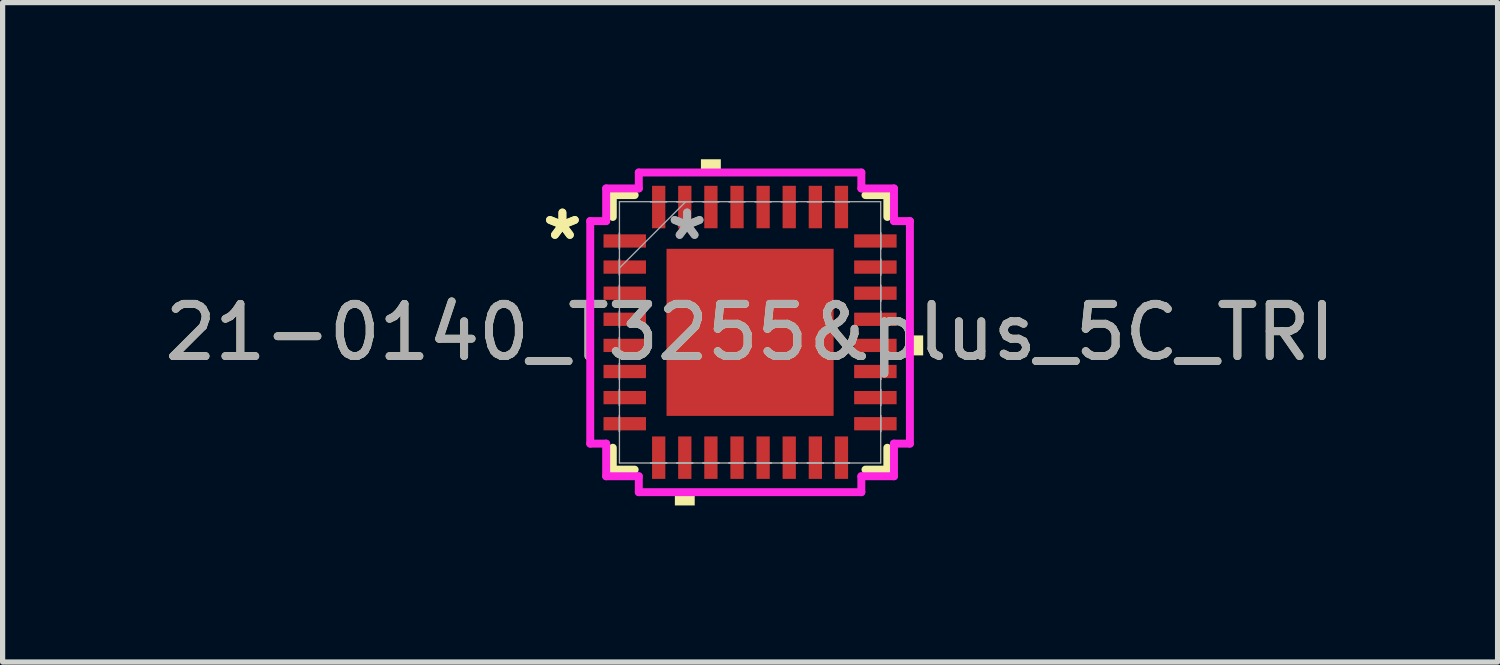
<source format=kicad_pcb>
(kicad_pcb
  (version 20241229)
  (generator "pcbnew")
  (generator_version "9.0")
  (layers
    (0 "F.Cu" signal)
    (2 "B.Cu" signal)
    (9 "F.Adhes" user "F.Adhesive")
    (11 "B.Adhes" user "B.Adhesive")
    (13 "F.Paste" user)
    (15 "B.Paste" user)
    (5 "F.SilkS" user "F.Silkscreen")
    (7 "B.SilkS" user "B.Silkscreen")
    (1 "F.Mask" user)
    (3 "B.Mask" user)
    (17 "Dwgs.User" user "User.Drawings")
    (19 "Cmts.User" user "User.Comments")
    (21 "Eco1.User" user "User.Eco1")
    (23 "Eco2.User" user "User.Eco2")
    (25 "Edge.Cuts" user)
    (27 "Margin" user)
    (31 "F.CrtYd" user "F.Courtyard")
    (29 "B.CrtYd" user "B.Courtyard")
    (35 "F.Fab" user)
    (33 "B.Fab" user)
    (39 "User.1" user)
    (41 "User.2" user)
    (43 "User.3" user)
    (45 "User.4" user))
  (footprint "21-0140_T3255&plus_5C_TRI"
    (layer "F.Cu")
    (at 11.315 3.315)
    (property "Reference" "21-0140_T3255&plus_5C_TRI" (at 0 0 0) (unlocked yes) (layer "F.SilkS") (effects (font (size 1 1) (thickness 0.15))))
    (attr smd)
    (fp_line (start -2.629 -2.629) (end -2.629 -2.21) (stroke (width 0.152) (type solid)) (layer "F.SilkS"))
    (fp_line (start -2.629 2.21) (end -2.629 2.629) (stroke (width 0.152) (type solid)) (layer "F.SilkS"))
    (fp_line (start -2.629 2.629) (end -2.21 2.629) (stroke (width 0.152) (type solid)) (layer "F.SilkS"))
    (fp_line (start -2.21 -2.629) (end -2.629 -2.629) (stroke (width 0.152) (type solid)) (layer "F.SilkS"))
    (fp_line (start 2.21 2.629) (end 2.629 2.629) (stroke (width 0.152) (type solid)) (layer "F.SilkS"))
    (fp_line (start 2.629 -2.629) (end 2.21 -2.629) (stroke (width 0.152) (type solid)) (layer "F.SilkS"))
    (fp_line (start 2.629 -2.21) (end 2.629 -2.629) (stroke (width 0.152) (type solid)) (layer "F.SilkS"))
    (fp_line (start 2.629 2.629) (end 2.629 2.21) (stroke (width 0.152) (type solid)) (layer "F.SilkS"))
    (fp_poly (pts (xy -1.44 3.061) (xy -1.44 3.315) (xy -1.06 3.315) (xy -1.06 3.061)) (stroke (width 0) (type solid)) (fill yes) (layer "F.SilkS"))
    (fp_poly (pts (xy -0.941 -3.061) (xy -0.941 -3.315) (xy -0.56 -3.315) (xy -0.56 -3.061)) (stroke (width 0) (type solid)) (fill yes) (layer "F.SilkS"))
    (fp_poly (pts (xy 3.315 0.059) (xy 3.315 0.441) (xy 3.061 0.441) (xy 3.061 0.059)) (stroke (width 0) (type solid)) (fill yes) (layer "F.SilkS"))
    (fp_line (start -3.061 -2.131) (end -2.756 -2.131) (stroke (width 0.152) (type solid)) (layer "F.CrtYd"))
    (fp_line (start -3.061 2.131) (end -3.061 -2.131) (stroke (width 0.152) (type solid)) (layer "F.CrtYd"))
    (fp_line (start -2.756 -2.756) (end -2.131 -2.756) (stroke (width 0.152) (type solid)) (layer "F.CrtYd"))
    (fp_line (start -2.756 -2.131) (end -2.756 -2.756) (stroke (width 0.152) (type solid)) (layer "F.CrtYd"))
    (fp_line (start -2.756 2.131) (end -3.061 2.131) (stroke (width 0.152) (type solid)) (layer "F.CrtYd"))
    (fp_line (start -2.756 2.756) (end -2.756 2.131) (stroke (width 0.152) (type solid)) (layer "F.CrtYd"))
    (fp_line (start -2.131 -3.061) (end 2.131 -3.061) (stroke (width 0.152) (type solid)) (layer "F.CrtYd"))
    (fp_line (start -2.131 -2.756) (end -2.131 -3.061) (stroke (width 0.152) (type solid)) (layer "F.CrtYd"))
    (fp_line (start -2.131 2.756) (end -2.756 2.756) (stroke (width 0.152) (type solid)) (layer "F.CrtYd"))
    (fp_line (start -2.131 3.061) (end -2.131 2.756) (stroke (width 0.152) (type solid)) (layer "F.CrtYd"))
    (fp_line (start 2.131 -3.061) (end 2.131 -2.756) (stroke (width 0.152) (type solid)) (layer "F.CrtYd"))
    (fp_line (start 2.131 -2.756) (end 2.756 -2.756) (stroke (width 0.152) (type solid)) (layer "F.CrtYd"))
    (fp_line (start 2.131 2.756) (end 2.131 3.061) (stroke (width 0.152) (type solid)) (layer "F.CrtYd"))
    (fp_line (start 2.131 3.061) (end -2.131 3.061) (stroke (width 0.152) (type solid)) (layer "F.CrtYd"))
    (fp_line (start 2.756 -2.756) (end 2.756 -2.131) (stroke (width 0.152) (type solid)) (layer "F.CrtYd"))
    (fp_line (start 2.756 -2.131) (end 3.061 -2.131) (stroke (width 0.152) (type solid)) (layer "F.CrtYd"))
    (fp_line (start 2.756 2.131) (end 2.756 2.756) (stroke (width 0.152) (type solid)) (layer "F.CrtYd"))
    (fp_line (start 2.756 2.756) (end 2.131 2.756) (stroke (width 0.152) (type solid)) (layer "F.CrtYd"))
    (fp_line (start 3.061 -2.131) (end 3.061 2.131) (stroke (width 0.152) (type solid)) (layer "F.CrtYd"))
    (fp_line (start 3.061 2.131) (end 2.756 2.131) (stroke (width 0.152) (type solid)) (layer "F.CrtYd"))
    (fp_line (start -2.502 -2.502) (end -2.502 2.502) (stroke (width 0.025) (type solid)) (layer "F.Fab"))
    (fp_line (start -2.502 -1.902) (end -2.502 -1.902) (stroke (width 0.025) (type solid)) (layer "F.Fab"))
    (fp_line (start -2.502 -1.902) (end -2.502 -1.598) (stroke (width 0.025) (type solid)) (layer "F.Fab"))
    (fp_line (start -2.502 -1.598) (end -2.502 -1.902) (stroke (width 0.025) (type solid)) (layer "F.Fab"))
    (fp_line (start -2.502 -1.598) (end -2.502 -1.598) (stroke (width 0.025) (type solid)) (layer "F.Fab"))
    (fp_line (start -2.502 -1.402) (end -2.502 -1.402) (stroke (width 0.025) (type solid)) (layer "F.Fab"))
    (fp_line (start -2.502 -1.402) (end -2.502 -1.098) (stroke (width 0.025) (type solid)) (layer "F.Fab"))
    (fp_line (start -2.502 -1.232) (end -1.232 -2.502) (stroke (width 0.025) (type solid)) (layer "F.Fab"))
    (fp_line (start -2.502 -1.098) (end -2.502 -1.402) (stroke (width 0.025) (type solid)) (layer "F.Fab"))
    (fp_line (start -2.502 -1.098) (end -2.502 -1.098) (stroke (width 0.025) (type solid)) (layer "F.Fab"))
    (fp_line (start -2.502 -0.902) (end -2.502 -0.902) (stroke (width 0.025) (type solid)) (layer "F.Fab"))
    (fp_line (start -2.502 -0.902) (end -2.502 -0.598) (stroke (width 0.025) (type solid)) (layer "F.Fab"))
    (fp_line (start -2.502 -0.598) (end -2.502 -0.902) (stroke (width 0.025) (type solid)) (layer "F.Fab"))
    (fp_line (start -2.502 -0.598) (end -2.502 -0.598) (stroke (width 0.025) (type solid)) (layer "F.Fab"))
    (fp_line (start -2.502 -0.402) (end -2.502 -0.402) (stroke (width 0.025) (type solid)) (layer "F.Fab"))
    (fp_line (start -2.502 -0.402) (end -2.502 -0.098) (stroke (width 0.025) (type solid)) (layer "F.Fab"))
    (fp_line (start -2.502 -0.098) (end -2.502 -0.402) (stroke (width 0.025) (type solid)) (layer "F.Fab"))
    (fp_line (start -2.502 -0.098) (end -2.502 -0.098) (stroke (width 0.025) (type solid)) (layer "F.Fab"))
    (fp_line (start -2.502 0.098) (end -2.502 0.098) (stroke (width 0.025) (type solid)) (layer "F.Fab"))
    (fp_line (start -2.502 0.098) (end -2.502 0.402) (stroke (width 0.025) (type solid)) (layer "F.Fab"))
    (fp_line (start -2.502 0.402) (end -2.502 0.098) (stroke (width 0.025) (type solid)) (layer "F.Fab"))
    (fp_line (start -2.502 0.402) (end -2.502 0.402) (stroke (width 0.025) (type solid)) (layer "F.Fab"))
    (fp_line (start -2.502 0.598) (end -2.502 0.598) (stroke (width 0.025) (type solid)) (layer "F.Fab"))
    (fp_line (start -2.502 0.598) (end -2.502 0.902) (stroke (width 0.025) (type solid)) (layer "F.Fab"))
    (fp_line (start -2.502 0.902) (end -2.502 0.598) (stroke (width 0.025) (type solid)) (layer "F.Fab"))
    (fp_line (start -2.502 0.902) (end -2.502 0.902) (stroke (width 0.025) (type solid)) (layer "F.Fab"))
    (fp_line (start -2.502 1.098) (end -2.502 1.098) (stroke (width 0.025) (type solid)) (layer "F.Fab"))
    (fp_line (start -2.502 1.098) (end -2.502 1.402) (stroke (width 0.025) (type solid)) (layer "F.Fab"))
    (fp_line (start -2.502 1.402) (end -2.502 1.098) (stroke (width 0.025) (type solid)) (layer "F.Fab"))
    (fp_line (start -2.502 1.402) (end -2.502 1.402) (stroke (width 0.025) (type solid)) (layer "F.Fab"))
    (fp_line (start -2.502 1.598) (end -2.502 1.598) (stroke (width 0.025) (type solid)) (layer "F.Fab"))
    (fp_line (start -2.502 1.598) (end -2.502 1.902) (stroke (width 0.025) (type solid)) (layer "F.Fab"))
    (fp_line (start -2.502 1.902) (end -2.502 1.598) (stroke (width 0.025) (type solid)) (layer "F.Fab"))
    (fp_line (start -2.502 1.902) (end -2.502 1.902) (stroke (width 0.025) (type solid)) (layer "F.Fab"))
    (fp_line (start -2.502 2.502) (end 2.502 2.502) (stroke (width 0.025) (type solid)) (layer "F.Fab"))
    (fp_line (start -1.902 -2.502) (end -1.902 -2.502) (stroke (width 0.025) (type solid)) (layer "F.Fab"))
    (fp_line (start -1.902 -2.502) (end -1.598 -2.502) (stroke (width 0.025) (type solid)) (layer "F.Fab"))
    (fp_line (start -1.902 2.502) (end -1.902 2.502) (stroke (width 0.025) (type solid)) (layer "F.Fab"))
    (fp_line (start -1.902 2.502) (end -1.598 2.502) (stroke (width 0.025) (type solid)) (layer "F.Fab"))
    (fp_line (start -1.598 -2.502) (end -1.902 -2.502) (stroke (width 0.025) (type solid)) (layer "F.Fab"))
    (fp_line (start -1.598 -2.502) (end -1.598 -2.502) (stroke (width 0.025) (type solid)) (layer "F.Fab"))
    (fp_line (start -1.598 2.502) (end -1.902 2.502) (stroke (width 0.025) (type solid)) (layer "F.Fab"))
    (fp_line (start -1.598 2.502) (end -1.598 2.502) (stroke (width 0.025) (type solid)) (layer "F.Fab"))
    (fp_line (start -1.402 -2.502) (end -1.402 -2.502) (stroke (width 0.025) (type solid)) (layer "F.Fab"))
    (fp_line (start -1.402 -2.502) (end -1.098 -2.502) (stroke (width 0.025) (type solid)) (layer "F.Fab"))
    (fp_line (start -1.402 2.502) (end -1.402 2.502) (stroke (width 0.025) (type solid)) (layer "F.Fab"))
    (fp_line (start -1.402 2.502) (end -1.098 2.502) (stroke (width 0.025) (type solid)) (layer "F.Fab"))
    (fp_line (start -1.098 -2.502) (end -1.402 -2.502) (stroke (width 0.025) (type solid)) (layer "F.Fab"))
    (fp_line (start -1.098 -2.502) (end -1.098 -2.502) (stroke (width 0.025) (type solid)) (layer "F.Fab"))
    (fp_line (start -1.098 2.502) (end -1.402 2.502) (stroke (width 0.025) (type solid)) (layer "F.Fab"))
    (fp_line (start -1.098 2.502) (end -1.098 2.502) (stroke (width 0.025) (type solid)) (layer "F.Fab"))
    (fp_line (start -0.902 -2.502) (end -0.902 -2.502) (stroke (width 0.025) (type solid)) (layer "F.Fab"))
    (fp_line (start -0.902 -2.502) (end -0.598 -2.502) (stroke (width 0.025) (type solid)) (layer "F.Fab"))
    (fp_line (start -0.902 2.502) (end -0.902 2.502) (stroke (width 0.025) (type solid)) (layer "F.Fab"))
    (fp_line (start -0.902 2.502) (end -0.598 2.502) (stroke (width 0.025) (type solid)) (layer "F.Fab"))
    (fp_line (start -0.598 -2.502) (end -0.902 -2.502) (stroke (width 0.025) (type solid)) (layer "F.Fab"))
    (fp_line (start -0.598 -2.502) (end -0.598 -2.502) (stroke (width 0.025) (type solid)) (layer "F.Fab"))
    (fp_line (start -0.598 2.502) (end -0.902 2.502) (stroke (width 0.025) (type solid)) (layer "F.Fab"))
    (fp_line (start -0.598 2.502) (end -0.598 2.502) (stroke (width 0.025) (type solid)) (layer "F.Fab"))
    (fp_line (start -0.402 -2.502) (end -0.402 -2.502) (stroke (width 0.025) (type solid)) (layer "F.Fab"))
    (fp_line (start -0.402 -2.502) (end -0.098 -2.502) (stroke (width 0.025) (type solid)) (layer "F.Fab"))
    (fp_line (start -0.402 2.502) (end -0.402 2.502) (stroke (width 0.025) (type solid)) (layer "F.Fab"))
    (fp_line (start -0.402 2.502) (end -0.098 2.502) (stroke (width 0.025) (type solid)) (layer "F.Fab"))
    (fp_line (start -0.098 -2.502) (end -0.402 -2.502) (stroke (width 0.025) (type solid)) (layer "F.Fab"))
    (fp_line (start -0.098 -2.502) (end -0.098 -2.502) (stroke (width 0.025) (type solid)) (layer "F.Fab"))
    (fp_line (start -0.098 2.502) (end -0.402 2.502) (stroke (width 0.025) (type solid)) (layer "F.Fab"))
    (fp_line (start -0.098 2.502) (end -0.098 2.502) (stroke (width 0.025) (type solid)) (layer "F.Fab"))
    (fp_line (start 0.098 -2.502) (end 0.098 -2.502) (stroke (width 0.025) (type solid)) (layer "F.Fab"))
    (fp_line (start 0.098 -2.502) (end 0.402 -2.502) (stroke (width 0.025) (type solid)) (layer "F.Fab"))
    (fp_line (start 0.098 2.502) (end 0.098 2.502) (stroke (width 0.025) (type solid)) (layer "F.Fab"))
    (fp_line (start 0.098 2.502) (end 0.402 2.502) (stroke (width 0.025) (type solid)) (layer "F.Fab"))
    (fp_line (start 0.402 -2.502) (end 0.098 -2.502) (stroke (width 0.025) (type solid)) (layer "F.Fab"))
    (fp_line (start 0.402 -2.502) (end 0.402 -2.502) (stroke (width 0.025) (type solid)) (layer "F.Fab"))
    (fp_line (start 0.402 2.502) (end 0.098 2.502) (stroke (width 0.025) (type solid)) (layer "F.Fab"))
    (fp_line (start 0.402 2.502) (end 0.402 2.502) (stroke (width 0.025) (type solid)) (layer "F.Fab"))
    (fp_line (start 0.598 -2.502) (end 0.598 -2.502) (stroke (width 0.025) (type solid)) (layer "F.Fab"))
    (fp_line (start 0.598 -2.502) (end 0.902 -2.502) (stroke (width 0.025) (type solid)) (layer "F.Fab"))
    (fp_line (start 0.598 2.502) (end 0.598 2.502) (stroke (width 0.025) (type solid)) (layer "F.Fab"))
    (fp_line (start 0.598 2.502) (end 0.902 2.502) (stroke (width 0.025) (type solid)) (layer "F.Fab"))
    (fp_line (start 0.902 -2.502) (end 0.598 -2.502) (stroke (width 0.025) (type solid)) (layer "F.Fab"))
    (fp_line (start 0.902 -2.502) (end 0.902 -2.502) (stroke (width 0.025) (type solid)) (layer "F.Fab"))
    (fp_line (start 0.902 2.502) (end 0.598 2.502) (stroke (width 0.025) (type solid)) (layer "F.Fab"))
    (fp_line (start 0.902 2.502) (end 0.902 2.502) (stroke (width 0.025) (type solid)) (layer "F.Fab"))
    (fp_line (start 1.098 -2.502) (end 1.098 -2.502) (stroke (width 0.025) (type solid)) (layer "F.Fab"))
    (fp_line (start 1.098 -2.502) (end 1.402 -2.502) (stroke (width 0.025) (type solid)) (layer "F.Fab"))
    (fp_line (start 1.098 2.502) (end 1.098 2.502) (stroke (width 0.025) (type solid)) (layer "F.Fab"))
    (fp_line (start 1.098 2.502) (end 1.402 2.502) (stroke (width 0.025) (type solid)) (layer "F.Fab"))
    (fp_line (start 1.402 -2.502) (end 1.098 -2.502) (stroke (width 0.025) (type solid)) (layer "F.Fab"))
    (fp_line (start 1.402 -2.502) (end 1.402 -2.502) (stroke (width 0.025) (type solid)) (layer "F.Fab"))
    (fp_line (start 1.402 2.502) (end 1.098 2.502) (stroke (width 0.025) (type solid)) (layer "F.Fab"))
    (fp_line (start 1.402 2.502) (end 1.402 2.502) (stroke (width 0.025) (type solid)) (layer "F.Fab"))
    (fp_line (start 1.598 -2.502) (end 1.598 -2.502) (stroke (width 0.025) (type solid)) (layer "F.Fab"))
    (fp_line (start 1.598 -2.502) (end 1.902 -2.502) (stroke (width 0.025) (type solid)) (layer "F.Fab"))
    (fp_line (start 1.598 2.502) (end 1.598 2.502) (stroke (width 0.025) (type solid)) (layer "F.Fab"))
    (fp_line (start 1.598 2.502) (end 1.902 2.502) (stroke (width 0.025) (type solid)) (layer "F.Fab"))
    (fp_line (start 1.902 -2.502) (end 1.598 -2.502) (stroke (width 0.025) (type solid)) (layer "F.Fab"))
    (fp_line (start 1.902 -2.502) (end 1.902 -2.502) (stroke (width 0.025) (type solid)) (layer "F.Fab"))
    (fp_line (start 1.902 2.502) (end 1.598 2.502) (stroke (width 0.025) (type solid)) (layer "F.Fab"))
    (fp_line (start 1.902 2.502) (end 1.902 2.502) (stroke (width 0.025) (type solid)) (layer "F.Fab"))
    (fp_line (start 2.502 -2.502) (end -2.502 -2.502) (stroke (width 0.025) (type solid)) (layer "F.Fab"))
    (fp_line (start 2.502 -1.902) (end 2.502 -1.902) (stroke (width 0.025) (type solid)) (layer "F.Fab"))
    (fp_line (start 2.502 -1.902) (end 2.502 -1.598) (stroke (width 0.025) (type solid)) (layer "F.Fab"))
    (fp_line (start 2.502 -1.598) (end 2.502 -1.902) (stroke (width 0.025) (type solid)) (layer "F.Fab"))
    (fp_line (start 2.502 -1.598) (end 2.502 -1.598) (stroke (width 0.025) (type solid)) (layer "F.Fab"))
    (fp_line (start 2.502 -1.402) (end 2.502 -1.402) (stroke (width 0.025) (type solid)) (layer "F.Fab"))
    (fp_line (start 2.502 -1.402) (end 2.502 -1.098) (stroke (width 0.025) (type solid)) (layer "F.Fab"))
    (fp_line (start 2.502 -1.098) (end 2.502 -1.402) (stroke (width 0.025) (type solid)) (layer "F.Fab"))
    (fp_line (start 2.502 -1.098) (end 2.502 -1.098) (stroke (width 0.025) (type solid)) (layer "F.Fab"))
    (fp_line (start 2.502 -0.902) (end 2.502 -0.902) (stroke (width 0.025) (type solid)) (layer "F.Fab"))
    (fp_line (start 2.502 -0.902) (end 2.502 -0.598) (stroke (width 0.025) (type solid)) (layer "F.Fab"))
    (fp_line (start 2.502 -0.598) (end 2.502 -0.902) (stroke (width 0.025) (type solid)) (layer "F.Fab"))
    (fp_line (start 2.502 -0.598) (end 2.502 -0.598) (stroke (width 0.025) (type solid)) (layer "F.Fab"))
    (fp_line (start 2.502 -0.402) (end 2.502 -0.402) (stroke (width 0.025) (type solid)) (layer "F.Fab"))
    (fp_line (start 2.502 -0.402) (end 2.502 -0.098) (stroke (width 0.025) (type solid)) (layer "F.Fab"))
    (fp_line (start 2.502 -0.098) (end 2.502 -0.402) (stroke (width 0.025) (type solid)) (layer "F.Fab"))
    (fp_line (start 2.502 -0.098) (end 2.502 -0.098) (stroke (width 0.025) (type solid)) (layer "F.Fab"))
    (fp_line (start 2.502 0.098) (end 2.502 0.098) (stroke (width 0.025) (type solid)) (layer "F.Fab"))
    (fp_line (start 2.502 0.098) (end 2.502 0.402) (stroke (width 0.025) (type solid)) (layer "F.Fab"))
    (fp_line (start 2.502 0.402) (end 2.502 0.098) (stroke (width 0.025) (type solid)) (layer "F.Fab"))
    (fp_line (start 2.502 0.402) (end 2.502 0.402) (stroke (width 0.025) (type solid)) (layer "F.Fab"))
    (fp_line (start 2.502 0.598) (end 2.502 0.598) (stroke (width 0.025) (type solid)) (layer "F.Fab"))
    (fp_line (start 2.502 0.598) (end 2.502 0.902) (stroke (width 0.025) (type solid)) (layer "F.Fab"))
    (fp_line (start 2.502 0.902) (end 2.502 0.598) (stroke (width 0.025) (type solid)) (layer "F.Fab"))
    (fp_line (start 2.502 0.902) (end 2.502 0.902) (stroke (width 0.025) (type solid)) (layer "F.Fab"))
    (fp_line (start 2.502 1.098) (end 2.502 1.098) (stroke (width 0.025) (type solid)) (layer "F.Fab"))
    (fp_line (start 2.502 1.098) (end 2.502 1.402) (stroke (width 0.025) (type solid)) (layer "F.Fab"))
    (fp_line (start 2.502 1.402) (end 2.502 1.098) (stroke (width 0.025) (type solid)) (layer "F.Fab"))
    (fp_line (start 2.502 1.402) (end 2.502 1.402) (stroke (width 0.025) (type solid)) (layer "F.Fab"))
    (fp_line (start 2.502 1.598) (end 2.502 1.598) (stroke (width 0.025) (type solid)) (layer "F.Fab"))
    (fp_line (start 2.502 1.598) (end 2.502 1.902) (stroke (width 0.025) (type solid)) (layer "F.Fab"))
    (fp_line (start 2.502 1.902) (end 2.502 1.598) (stroke (width 0.025) (type solid)) (layer "F.Fab"))
    (fp_line (start 2.502 1.902) (end 2.502 1.902) (stroke (width 0.025) (type solid)) (layer "F.Fab"))
    (fp_line (start 2.502 2.502) (end 2.502 -2.502) (stroke (width 0.025) (type solid)) (layer "F.Fab"))
    (fp_text user "*" (at -3.594 -1.75 0) (layer "F.SilkS") (effects (font (size 1 1) (thickness 0.15))))
    (fp_text user "*" (at -3.594 -1.75 0) (unlocked yes) (layer "F.SilkS") (effects (font (size 1 1) (thickness 0.15))))
    (fp_text user "*" (at -1.206 -1.75 0) (layer "F.Fab") (effects (font (size 1 1) (thickness 0.15))))
    (fp_text user "${REFERENCE}" (at 0 0 0) (unlocked yes) (layer "F.Fab") (effects (font (size 1 1) (thickness 0.15))))
    (fp_text user "*" (at -1.206 -1.75 0) (unlocked yes) (layer "F.Fab") (effects (font (size 1 1) (thickness 0.15))))
    (pad "1" smd rect (at -2.4 -1.75 90) (size 0.254 0.813) (layers "F.Cu" "F.Mask" "F.Paste"))
    (pad "2" smd rect (at -2.4 -1.25 90) (size 0.254 0.813) (layers "F.Cu" "F.Mask" "F.Paste"))
    (pad "3" smd rect (at -2.4 -0.75 90) (size 0.254 0.813) (layers "F.Cu" "F.Mask" "F.Paste"))
    (pad "4" smd rect (at -2.4 -0.25 90) (size 0.254 0.813) (layers "F.Cu" "F.Mask" "F.Paste"))
    (pad "5" smd rect (at -2.4 0.25 90) (size 0.254 0.813) (layers "F.Cu" "F.Mask" "F.Paste"))
    (pad "6" smd rect (at -2.4 0.75 90) (size 0.254 0.813) (layers "F.Cu" "F.Mask" "F.Paste"))
    (pad "7" smd rect (at -2.4 1.25 90) (size 0.254 0.813) (layers "F.Cu" "F.Mask" "F.Paste"))
    (pad "8" smd rect (at -2.4 1.75 90) (size 0.254 0.813) (layers "F.Cu" "F.Mask" "F.Paste"))
    (pad "9" smd rect (at -1.75 2.4) (size 0.254 0.813) (layers "F.Cu" "F.Mask" "F.Paste"))
    (pad "10" smd rect (at -1.25 2.4) (size 0.254 0.813) (layers "F.Cu" "F.Mask" "F.Paste"))
    (pad "11" smd rect (at -0.75 2.4) (size 0.254 0.813) (layers "F.Cu" "F.Mask" "F.Paste"))
    (pad "12" smd rect (at -0.25 2.4) (size 0.254 0.813) (layers "F.Cu" "F.Mask" "F.Paste"))
    (pad "13" smd rect (at 0.25 2.4) (size 0.254 0.813) (layers "F.Cu" "F.Mask" "F.Paste"))
    (pad "14" smd rect (at 0.75 2.4) (size 0.254 0.813) (layers "F.Cu" "F.Mask" "F.Paste"))
    (pad "15" smd rect (at 1.25 2.4) (size 0.254 0.813) (layers "F.Cu" "F.Mask" "F.Paste"))
    (pad "16" smd rect (at 1.75 2.4) (size 0.254 0.813) (layers "F.Cu" "F.Mask" "F.Paste"))
    (pad "17" smd rect (at 2.4 1.75 90) (size 0.254 0.813) (layers "F.Cu" "F.Mask" "F.Paste"))
    (pad "18" smd rect (at 2.4 1.25 90) (size 0.254 0.813) (layers "F.Cu" "F.Mask" "F.Paste"))
    (pad "19" smd rect (at 2.4 0.75 90) (size 0.254 0.813) (layers "F.Cu" "F.Mask" "F.Paste"))
    (pad "20" smd rect (at 2.4 0.25 90) (size 0.254 0.813) (layers "F.Cu" "F.Mask" "F.Paste"))
    (pad "21" smd rect (at 2.4 -0.25 90) (size 0.254 0.813) (layers "F.Cu" "F.Mask" "F.Paste"))
    (pad "22" smd rect (at 2.4 -0.75 90) (size 0.254 0.813) (layers "F.Cu" "F.Mask" "F.Paste"))
    (pad "23" smd rect (at 2.4 -1.25 90) (size 0.254 0.813) (layers "F.Cu" "F.Mask" "F.Paste"))
    (pad "24" smd rect (at 2.4 -1.75 90) (size 0.254 0.813) (layers "F.Cu" "F.Mask" "F.Paste"))
    (pad "25" smd rect (at 1.75 -2.4) (size 0.254 0.813) (layers "F.Cu" "F.Mask" "F.Paste"))
    (pad "26" smd rect (at 1.25 -2.4) (size 0.254 0.813) (layers "F.Cu" "F.Mask" "F.Paste"))
    (pad "27" smd rect (at 0.75 -2.4) (size 0.254 0.813) (layers "F.Cu" "F.Mask" "F.Paste"))
    (pad "28" smd rect (at 0.25 -2.4) (size 0.254 0.813) (layers "F.Cu" "F.Mask" "F.Paste"))
    (pad "29" smd rect (at -0.25 -2.4) (size 0.254 0.813) (layers "F.Cu" "F.Mask" "F.Paste"))
    (pad "30" smd rect (at -0.75 -2.4) (size 0.254 0.813) (layers "F.Cu" "F.Mask" "F.Paste"))
    (pad "31" smd rect (at -1.25 -2.4) (size 0.254 0.813) (layers "F.Cu" "F.Mask" "F.Paste"))
    (pad "32" smd rect (at -1.75 -2.4) (size 0.254 0.813) (layers "F.Cu" "F.Mask" "F.Paste"))
    (pad "33" smd rect (at 0 0) (size 3.2 3.2) (layers "F.Cu" "F.Mask" "F.Paste")))
  (gr_rect
    (start -3 -3)
    (end 25.631 9.629)
    (stroke (width 0.1) (type default))
    (fill no)
    (layer "Edge.Cuts")))
</source>
